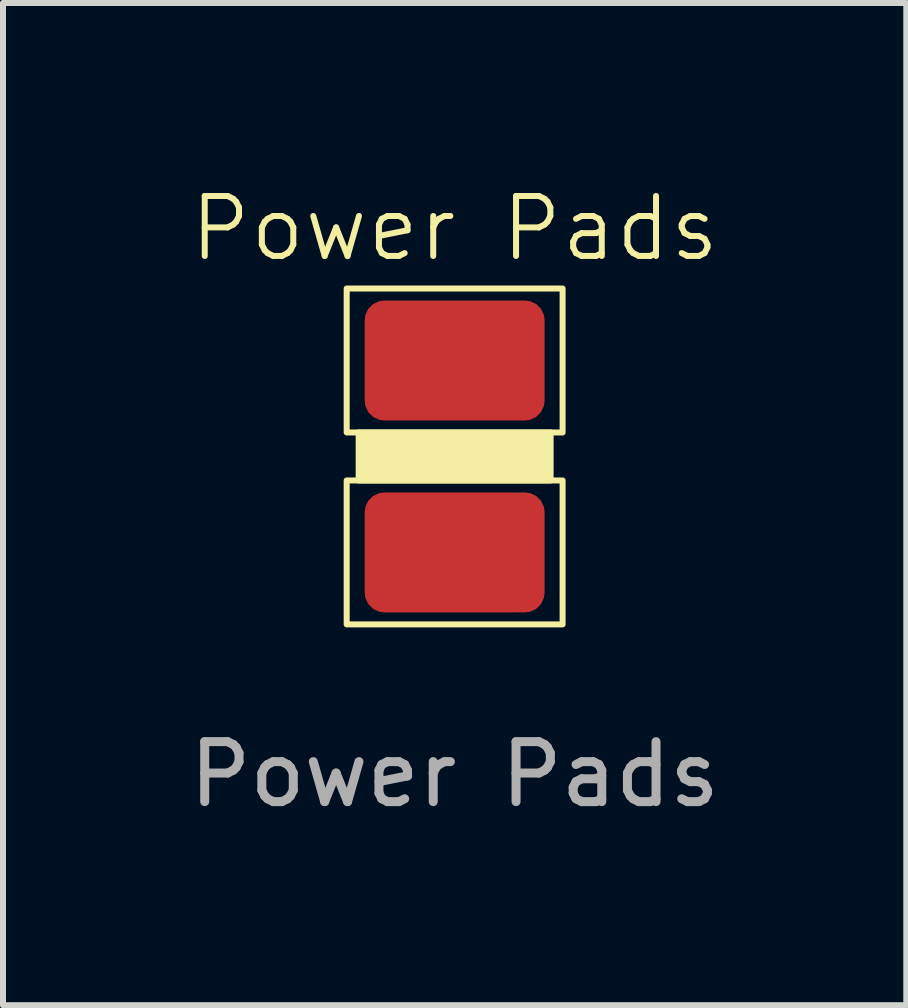
<source format=kicad_pcb>
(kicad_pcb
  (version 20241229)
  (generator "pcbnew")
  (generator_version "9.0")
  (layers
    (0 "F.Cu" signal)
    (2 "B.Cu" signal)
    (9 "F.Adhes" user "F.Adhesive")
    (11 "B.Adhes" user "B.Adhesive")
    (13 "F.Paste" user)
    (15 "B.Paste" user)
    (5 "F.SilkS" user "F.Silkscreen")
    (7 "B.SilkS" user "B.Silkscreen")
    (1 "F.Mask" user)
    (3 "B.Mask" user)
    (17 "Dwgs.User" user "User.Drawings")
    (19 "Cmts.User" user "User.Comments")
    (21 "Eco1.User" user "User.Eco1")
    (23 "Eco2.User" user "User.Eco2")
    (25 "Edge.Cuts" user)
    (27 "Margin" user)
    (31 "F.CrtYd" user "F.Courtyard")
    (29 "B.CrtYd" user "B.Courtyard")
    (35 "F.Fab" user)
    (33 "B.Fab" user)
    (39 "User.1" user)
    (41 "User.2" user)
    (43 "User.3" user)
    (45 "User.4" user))
  (footprint "Power Pads"
    (layer "F.Cu")
    (at 4.53 1.76)
    (property "Reference" "Power Pads" (at 0 -1 0) (unlocked yes) (layer "F.SilkS") (effects (font (size 1 1) (thickness 0.1))))
    (attr smd)
    (fp_rect (start -1.8 0) (end 1.8 2.4) (stroke (width 0.1) (type default)) (fill no) (layer "F.SilkS"))
    (fp_rect (start -1.8 3.2) (end 1.8 5.6) (stroke (width 0.1) (type default)) (fill no) (layer "F.SilkS"))
    (fp_rect (start -1.6 2.4) (end 1.6 3.2) (stroke (width 0.1) (type solid)) (fill yes) (layer "F.SilkS"))
    (fp_text user "${REFERENCE}" (at 0 8.1 0) (unlocked yes) (layer "F.Fab") (effects (font (size 1 1) (thickness 0.15))))
    (pad "1" smd roundrect (at 0 1.2) (size 3 2) (layers "F.Cu" "F.Mask" "F.Paste") (roundrect_rratio 0.164))
    (pad "2" smd roundrect (at 0 4.4) (size 3 2) (layers "F.Cu" "F.Mask" "F.Paste") (roundrect_rratio 0.164)))
  (gr_rect
    (start -3 -3)
    (end 12.06 13.709)
    (stroke (width 0.1) (type default))
    (fill no)
    (layer "Edge.Cuts")))
</source>
